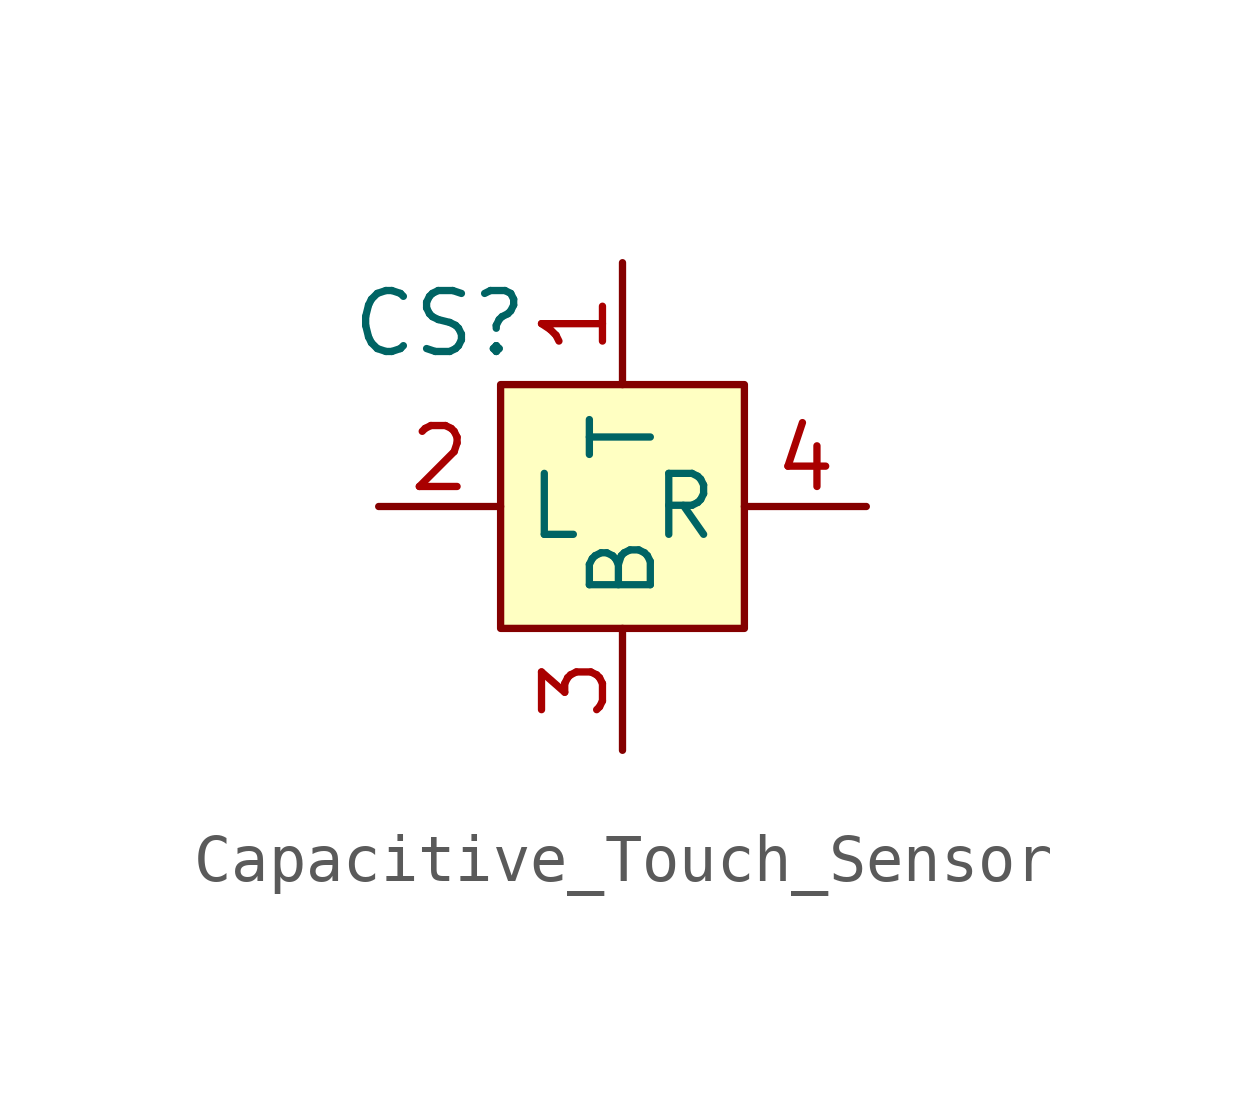
<source format=kicad_sym>
(kicad_symbol_lib
  (version 20220914)
  (generator kicad_symbol_editor)
  (symbol "Capacitive_Touch_Sensor"
    (property "Reference" "CS"
      (at -3.81 3.81 0)
      (effects (font (size 1.27 1.27))))
    (property "Value" ""
      (at 0 0 0)
      (effects (font (size 1.27 1.27))))
    (symbol "Capacitive_Touch_Sensor_1_1"
      (rectangle (start -2.54 2.54) (end 2.54 -2.54) (stroke (width 0) (type default)) (fill (type background)))
      (pin passive line (at 0 5.08 270) (length 2.54) (name "T" (effects (font (size 1.27 1.27)))) (number "1" (effects (font (size 1.27 1.27)))))
      (pin passive line (at -5.08 0 0) (length 2.54) (name "L" (effects (font (size 1.27 1.27)))) (number "2" (effects (font (size 1.27 1.27)))))
      (pin passive line (at 0 -5.08 90) (length 2.54) (name "B" (effects (font (size 1.27 1.27)))) (number "3" (effects (font (size 1.27 1.27)))))
      (pin passive line (at 5.08 0 180) (length 2.54) (name "R" (effects (font (size 1.27 1.27)))) (number "4" (effects (font (size 1.27 1.27))))))))
</source>
